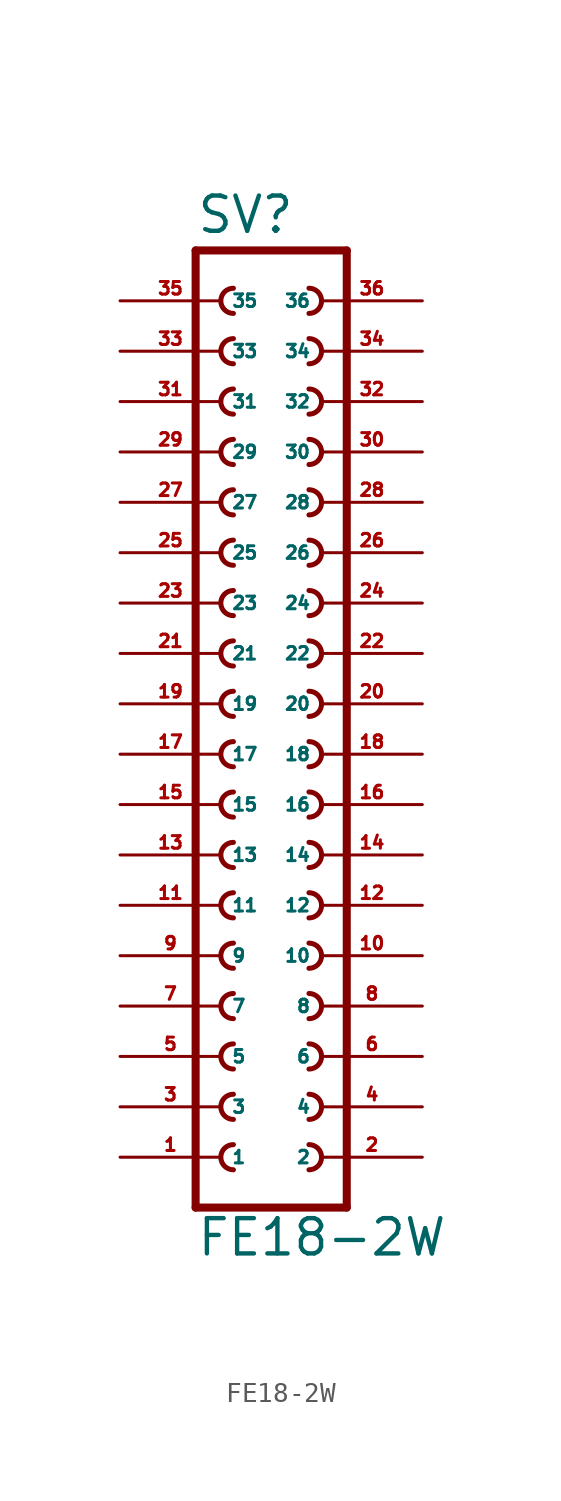
<source format=kicad_sym>
(kicad_symbol_lib
  (version 20220914)
  (generator Eagle2Kicad)
  (symbol "FE18-2W"
    (property "Reference" "SV"
      (at -3.81 23.622 0)
      (effects (font (size 1.778 1.778) (thickness 0.22)) (justify left bottom)))
    (property "Value" "FE18-2W"
      (at -3.81 -27.94 0)
      (effects (font (size 1.778 1.778) (thickness 0.22)) (justify left bottom)))
    (polyline
      (pts (xy 3.81 -25.4) (xy -3.81 -25.4))
      (stroke (width 0.406) (type default))
      (fill (type none)))
    (arc
      (start -1.905 -17.145)
      (mid -2.540 -17.780)
      (end -1.905 -18.415)
      (stroke (width 0.254) (type default))
      (fill (type none)))
    (arc
      (start -1.905 -19.685)
      (mid -2.540 -20.320)
      (end -1.905 -20.955)
      (stroke (width 0.254) (type default))
      (fill (type none)))
    (arc
      (start -1.905 -22.225)
      (mid -2.540 -22.860)
      (end -1.905 -23.495)
      (stroke (width 0.254) (type default))
      (fill (type none)))
    (arc
      (start 1.905 -18.415)
      (mid 2.540 -17.780)
      (end 1.905 -17.145)
      (stroke (width 0.254) (type default))
      (fill (type none)))
    (arc
      (start 1.905 -20.955)
      (mid 2.540 -20.320)
      (end 1.905 -19.685)
      (stroke (width 0.254) (type default))
      (fill (type none)))
    (arc
      (start 1.905 -23.495)
      (mid 2.540 -22.860)
      (end 1.905 -22.225)
      (stroke (width 0.254) (type default))
      (fill (type none)))
    (arc
      (start -1.905 -12.065)
      (mid -2.540 -12.700)
      (end -1.905 -13.335)
      (stroke (width 0.254) (type default))
      (fill (type none)))
    (arc
      (start -1.905 -14.605)
      (mid -2.540 -15.240)
      (end -1.905 -15.875)
      (stroke (width 0.254) (type default))
      (fill (type none)))
    (arc
      (start 1.905 -13.335)
      (mid 2.540 -12.700)
      (end 1.905 -12.065)
      (stroke (width 0.254) (type default))
      (fill (type none)))
    (arc
      (start 1.905 -15.875)
      (mid 2.540 -15.240)
      (end 1.905 -14.605)
      (stroke (width 0.254) (type default))
      (fill (type none)))
    (arc
      (start -1.905 -4.445)
      (mid -2.540 -5.080)
      (end -1.905 -5.715)
      (stroke (width 0.254) (type default))
      (fill (type none)))
    (arc
      (start -1.905 -6.985)
      (mid -2.540 -7.620)
      (end -1.905 -8.255)
      (stroke (width 0.254) (type default))
      (fill (type none)))
    (arc
      (start -1.905 -9.525)
      (mid -2.540 -10.160)
      (end -1.905 -10.795)
      (stroke (width 0.254) (type default))
      (fill (type none)))
    (arc
      (start 1.905 -5.715)
      (mid 2.540 -5.080)
      (end 1.905 -4.445)
      (stroke (width 0.254) (type default))
      (fill (type none)))
    (arc
      (start 1.905 -8.255)
      (mid 2.540 -7.620)
      (end 1.905 -6.985)
      (stroke (width 0.254) (type default))
      (fill (type none)))
    (arc
      (start 1.905 -10.795)
      (mid 2.540 -10.160)
      (end 1.905 -9.525)
      (stroke (width 0.254) (type default))
      (fill (type none)))
    (arc
      (start -1.905 0.635)
      (mid -2.540 0.000)
      (end -1.905 -0.635)
      (stroke (width 0.254) (type default))
      (fill (type none)))
    (arc
      (start -1.905 -1.905)
      (mid -2.540 -2.540)
      (end -1.905 -3.175)
      (stroke (width 0.254) (type default))
      (fill (type none)))
    (arc
      (start 1.905 -0.635)
      (mid 2.540 0.000)
      (end 1.905 0.635)
      (stroke (width 0.254) (type default))
      (fill (type none)))
    (arc
      (start 1.905 -3.175)
      (mid 2.540 -2.540)
      (end 1.905 -1.905)
      (stroke (width 0.254) (type default))
      (fill (type none)))
    (arc
      (start -1.905 8.255)
      (mid -2.540 7.620)
      (end -1.905 6.985)
      (stroke (width 0.254) (type default))
      (fill (type none)))
    (arc
      (start -1.905 5.715)
      (mid -2.540 5.080)
      (end -1.905 4.445)
      (stroke (width 0.254) (type default))
      (fill (type none)))
    (arc
      (start -1.905 3.175)
      (mid -2.540 2.540)
      (end -1.905 1.905)
      (stroke (width 0.254) (type default))
      (fill (type none)))
    (arc
      (start 1.905 6.985)
      (mid 2.540 7.620)
      (end 1.905 8.255)
      (stroke (width 0.254) (type default))
      (fill (type none)))
    (arc
      (start 1.905 4.445)
      (mid 2.540 5.080)
      (end 1.905 5.715)
      (stroke (width 0.254) (type default))
      (fill (type none)))
    (arc
      (start 1.905 1.905)
      (mid 2.540 2.540)
      (end 1.905 3.175)
      (stroke (width 0.254) (type default))
      (fill (type none)))
    (arc
      (start -1.905 13.335)
      (mid -2.540 12.700)
      (end -1.905 12.065)
      (stroke (width 0.254) (type default))
      (fill (type none)))
    (arc
      (start -1.905 10.795)
      (mid -2.540 10.160)
      (end -1.905 9.525)
      (stroke (width 0.254) (type default))
      (fill (type none)))
    (arc
      (start 1.905 12.065)
      (mid 2.540 12.700)
      (end 1.905 13.335)
      (stroke (width 0.254) (type default))
      (fill (type none)))
    (arc
      (start 1.905 9.525)
      (mid 2.540 10.160)
      (end 1.905 10.795)
      (stroke (width 0.254) (type default))
      (fill (type none)))
    (arc
      (start -1.905 18.415)
      (mid -2.540 17.780)
      (end -1.905 17.145)
      (stroke (width 0.254) (type default))
      (fill (type none)))
    (arc
      (start -1.905 15.875)
      (mid -2.540 15.240)
      (end -1.905 14.605)
      (stroke (width 0.254) (type default))
      (fill (type none)))
    (arc
      (start 1.905 17.145)
      (mid 2.540 17.780)
      (end 1.905 18.415)
      (stroke (width 0.254) (type default))
      (fill (type none)))
    (arc
      (start 1.905 14.605)
      (mid 2.540 15.240)
      (end 1.905 15.875)
      (stroke (width 0.254) (type default))
      (fill (type none)))
    (polyline
      (pts (xy -3.81 22.86) (xy -3.81 -25.4))
      (stroke (width 0.406) (type default))
      (fill (type none)))
    (polyline
      (pts (xy 3.81 -25.4) (xy 3.81 22.86))
      (stroke (width 0.406) (type default))
      (fill (type none)))
    (polyline
      (pts (xy -3.81 22.86) (xy 3.81 22.86))
      (stroke (width 0.406) (type default))
      (fill (type none)))
    (arc
      (start -1.905 20.955)
      (mid -2.540 20.320)
      (end -1.905 19.685)
      (stroke (width 0.254) (type default))
      (fill (type none)))
    (arc
      (start 1.905 19.685)
      (mid 2.540 20.320)
      (end 1.905 20.955)
      (stroke (width 0.254) (type default))
      (fill (type none)))
    (pin passive line
      (at -7.62 -22.86 0)
      (length 5.08)
      (name "1" (effects (font (size 0.635 0.635) (thickness 0.08)) (justify left bottom)))
      (number "1" (effects (font (size 0.635 0.635) (thickness 0.08)) (justify left bottom))))
    (pin passive line
      (at -7.62 -20.32 0)
      (length 5.08)
      (name "3" (effects (font (size 0.635 0.635) (thickness 0.08)) (justify left bottom)))
      (number "3" (effects (font (size 0.635 0.635) (thickness 0.08)) (justify left bottom))))
    (pin passive line
      (at -7.62 -17.78 0)
      (length 5.08)
      (name "5" (effects (font (size 0.635 0.635) (thickness 0.08)) (justify left bottom)))
      (number "5" (effects (font (size 0.635 0.635) (thickness 0.08)) (justify left bottom))))
    (pin passive line
      (at 7.62 -22.86 180)
      (length 5.08)
      (name "2" (effects (font (size 0.635 0.635) (thickness 0.08)) (justify left bottom)))
      (number "2" (effects (font (size 0.635 0.635) (thickness 0.08)) (justify left bottom))))
    (pin passive line
      (at 7.62 -20.32 180)
      (length 5.08)
      (name "4" (effects (font (size 0.635 0.635) (thickness 0.08)) (justify left bottom)))
      (number "4" (effects (font (size 0.635 0.635) (thickness 0.08)) (justify left bottom))))
    (pin passive line
      (at 7.62 -17.78 180)
      (length 5.08)
      (name "6" (effects (font (size 0.635 0.635) (thickness 0.08)) (justify left bottom)))
      (number "6" (effects (font (size 0.635 0.635) (thickness 0.08)) (justify left bottom))))
    (pin passive line
      (at -7.62 -15.24 0)
      (length 5.08)
      (name "7" (effects (font (size 0.635 0.635) (thickness 0.08)) (justify left bottom)))
      (number "7" (effects (font (size 0.635 0.635) (thickness 0.08)) (justify left bottom))))
    (pin passive line
      (at -7.62 -12.7 0)
      (length 5.08)
      (name "9" (effects (font (size 0.635 0.635) (thickness 0.08)) (justify left bottom)))
      (number "9" (effects (font (size 0.635 0.635) (thickness 0.08)) (justify left bottom))))
    (pin passive line
      (at 7.62 -15.24 180)
      (length 5.08)
      (name "8" (effects (font (size 0.635 0.635) (thickness 0.08)) (justify left bottom)))
      (number "8" (effects (font (size 0.635 0.635) (thickness 0.08)) (justify left bottom))))
    (pin passive line
      (at 7.62 -12.7 180)
      (length 5.08)
      (name "10" (effects (font (size 0.635 0.635) (thickness 0.08)) (justify left bottom)))
      (number "10" (effects (font (size 0.635 0.635) (thickness 0.08)) (justify left bottom))))
    (pin passive line
      (at -7.62 -10.16 0)
      (length 5.08)
      (name "11" (effects (font (size 0.635 0.635) (thickness 0.08)) (justify left bottom)))
      (number "11" (effects (font (size 0.635 0.635) (thickness 0.08)) (justify left bottom))))
    (pin passive line
      (at -7.62 -7.62 0)
      (length 5.08)
      (name "13" (effects (font (size 0.635 0.635) (thickness 0.08)) (justify left bottom)))
      (number "13" (effects (font (size 0.635 0.635) (thickness 0.08)) (justify left bottom))))
    (pin passive line
      (at -7.62 -5.08 0)
      (length 5.08)
      (name "15" (effects (font (size 0.635 0.635) (thickness 0.08)) (justify left bottom)))
      (number "15" (effects (font (size 0.635 0.635) (thickness 0.08)) (justify left bottom))))
    (pin passive line
      (at 7.62 -10.16 180)
      (length 5.08)
      (name "12" (effects (font (size 0.635 0.635) (thickness 0.08)) (justify left bottom)))
      (number "12" (effects (font (size 0.635 0.635) (thickness 0.08)) (justify left bottom))))
    (pin passive line
      (at 7.62 -7.62 180)
      (length 5.08)
      (name "14" (effects (font (size 0.635 0.635) (thickness 0.08)) (justify left bottom)))
      (number "14" (effects (font (size 0.635 0.635) (thickness 0.08)) (justify left bottom))))
    (pin passive line
      (at 7.62 -5.08 180)
      (length 5.08)
      (name "16" (effects (font (size 0.635 0.635) (thickness 0.08)) (justify left bottom)))
      (number "16" (effects (font (size 0.635 0.635) (thickness 0.08)) (justify left bottom))))
    (pin passive line
      (at -7.62 -2.54 0)
      (length 5.08)
      (name "17" (effects (font (size 0.635 0.635) (thickness 0.08)) (justify left bottom)))
      (number "17" (effects (font (size 0.635 0.635) (thickness 0.08)) (justify left bottom))))
    (pin passive line
      (at -7.62 0 0)
      (length 5.08)
      (name "19" (effects (font (size 0.635 0.635) (thickness 0.08)) (justify left bottom)))
      (number "19" (effects (font (size 0.635 0.635) (thickness 0.08)) (justify left bottom))))
    (pin passive line
      (at 7.62 -2.54 180)
      (length 5.08)
      (name "18" (effects (font (size 0.635 0.635) (thickness 0.08)) (justify left bottom)))
      (number "18" (effects (font (size 0.635 0.635) (thickness 0.08)) (justify left bottom))))
    (pin passive line
      (at 7.62 0 180)
      (length 5.08)
      (name "20" (effects (font (size 0.635 0.635) (thickness 0.08)) (justify left bottom)))
      (number "20" (effects (font (size 0.635 0.635) (thickness 0.08)) (justify left bottom))))
    (pin passive line
      (at -7.62 2.54 0)
      (length 5.08)
      (name "21" (effects (font (size 0.635 0.635) (thickness 0.08)) (justify left bottom)))
      (number "21" (effects (font (size 0.635 0.635) (thickness 0.08)) (justify left bottom))))
    (pin passive line
      (at -7.62 5.08 0)
      (length 5.08)
      (name "23" (effects (font (size 0.635 0.635) (thickness 0.08)) (justify left bottom)))
      (number "23" (effects (font (size 0.635 0.635) (thickness 0.08)) (justify left bottom))))
    (pin passive line
      (at -7.62 7.62 0)
      (length 5.08)
      (name "25" (effects (font (size 0.635 0.635) (thickness 0.08)) (justify left bottom)))
      (number "25" (effects (font (size 0.635 0.635) (thickness 0.08)) (justify left bottom))))
    (pin passive line
      (at 7.62 2.54 180)
      (length 5.08)
      (name "22" (effects (font (size 0.635 0.635) (thickness 0.08)) (justify left bottom)))
      (number "22" (effects (font (size 0.635 0.635) (thickness 0.08)) (justify left bottom))))
    (pin passive line
      (at 7.62 5.08 180)
      (length 5.08)
      (name "24" (effects (font (size 0.635 0.635) (thickness 0.08)) (justify left bottom)))
      (number "24" (effects (font (size 0.635 0.635) (thickness 0.08)) (justify left bottom))))
    (pin passive line
      (at 7.62 7.62 180)
      (length 5.08)
      (name "26" (effects (font (size 0.635 0.635) (thickness 0.08)) (justify left bottom)))
      (number "26" (effects (font (size 0.635 0.635) (thickness 0.08)) (justify left bottom))))
    (pin passive line
      (at -7.62 10.16 0)
      (length 5.08)
      (name "27" (effects (font (size 0.635 0.635) (thickness 0.08)) (justify left bottom)))
      (number "27" (effects (font (size 0.635 0.635) (thickness 0.08)) (justify left bottom))))
    (pin passive line
      (at -7.62 12.7 0)
      (length 5.08)
      (name "29" (effects (font (size 0.635 0.635) (thickness 0.08)) (justify left bottom)))
      (number "29" (effects (font (size 0.635 0.635) (thickness 0.08)) (justify left bottom))))
    (pin passive line
      (at 7.62 10.16 180)
      (length 5.08)
      (name "28" (effects (font (size 0.635 0.635) (thickness 0.08)) (justify left bottom)))
      (number "28" (effects (font (size 0.635 0.635) (thickness 0.08)) (justify left bottom))))
    (pin passive line
      (at 7.62 12.7 180)
      (length 5.08)
      (name "30" (effects (font (size 0.635 0.635) (thickness 0.08)) (justify left bottom)))
      (number "30" (effects (font (size 0.635 0.635) (thickness 0.08)) (justify left bottom))))
    (pin passive line
      (at -7.62 15.24 0)
      (length 5.08)
      (name "31" (effects (font (size 0.635 0.635) (thickness 0.08)) (justify left bottom)))
      (number "31" (effects (font (size 0.635 0.635) (thickness 0.08)) (justify left bottom))))
    (pin passive line
      (at -7.62 17.78 0)
      (length 5.08)
      (name "33" (effects (font (size 0.635 0.635) (thickness 0.08)) (justify left bottom)))
      (number "33" (effects (font (size 0.635 0.635) (thickness 0.08)) (justify left bottom))))
    (pin passive line
      (at 7.62 15.24 180)
      (length 5.08)
      (name "32" (effects (font (size 0.635 0.635) (thickness 0.08)) (justify left bottom)))
      (number "32" (effects (font (size 0.635 0.635) (thickness 0.08)) (justify left bottom))))
    (pin passive line
      (at 7.62 17.78 180)
      (length 5.08)
      (name "34" (effects (font (size 0.635 0.635) (thickness 0.08)) (justify left bottom)))
      (number "34" (effects (font (size 0.635 0.635) (thickness 0.08)) (justify left bottom))))
    (pin passive line
      (at -7.62 20.32 0)
      (length 5.08)
      (name "35" (effects (font (size 0.635 0.635) (thickness 0.08)) (justify left bottom)))
      (number "35" (effects (font (size 0.635 0.635) (thickness 0.08)) (justify left bottom))))
    (pin passive line
      (at 7.62 20.32 180)
      (length 5.08)
      (name "36" (effects (font (size 0.635 0.635) (thickness 0.08)) (justify left bottom)))
      (number "36" (effects (font (size 0.635 0.635) (thickness 0.08)) (justify left bottom))))))
</source>
